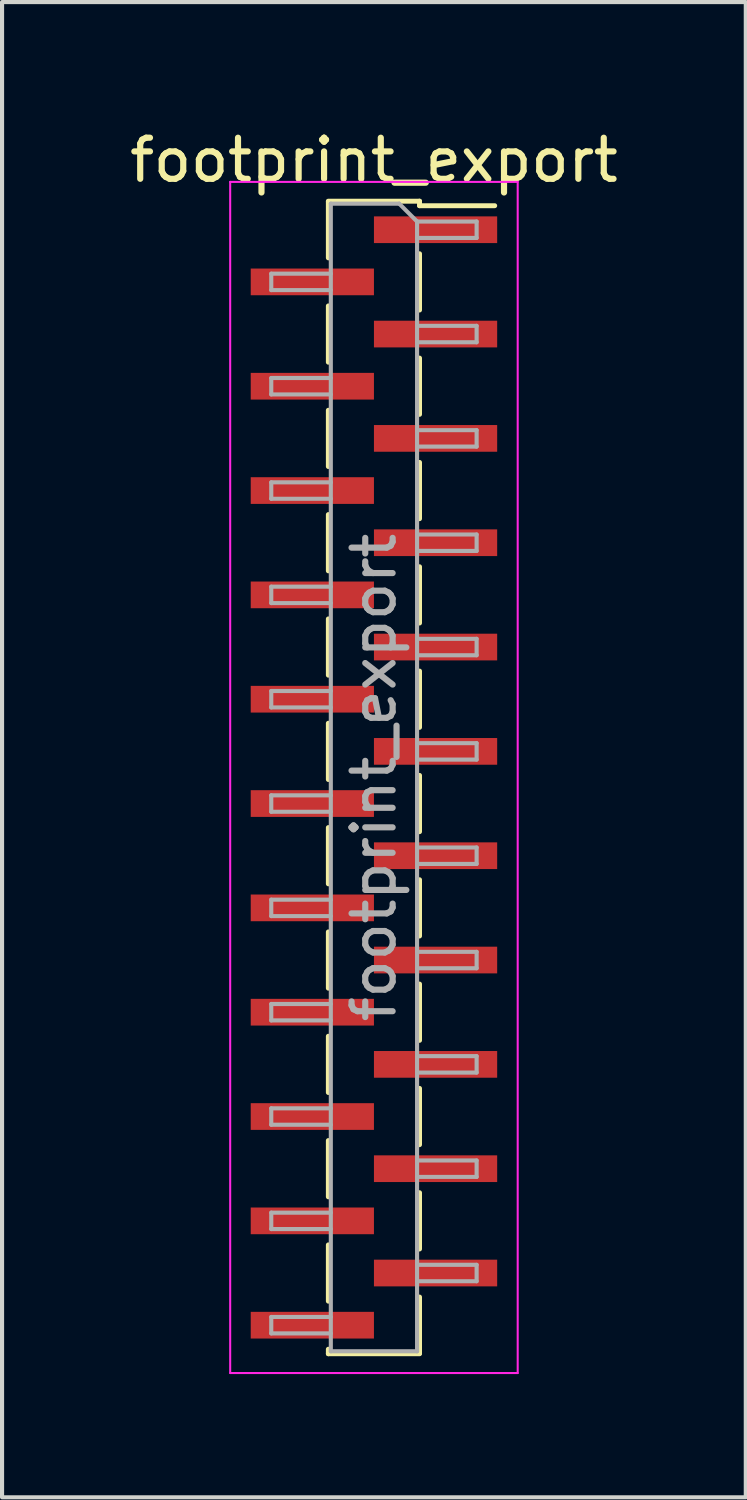
<source format=kicad_pcb>
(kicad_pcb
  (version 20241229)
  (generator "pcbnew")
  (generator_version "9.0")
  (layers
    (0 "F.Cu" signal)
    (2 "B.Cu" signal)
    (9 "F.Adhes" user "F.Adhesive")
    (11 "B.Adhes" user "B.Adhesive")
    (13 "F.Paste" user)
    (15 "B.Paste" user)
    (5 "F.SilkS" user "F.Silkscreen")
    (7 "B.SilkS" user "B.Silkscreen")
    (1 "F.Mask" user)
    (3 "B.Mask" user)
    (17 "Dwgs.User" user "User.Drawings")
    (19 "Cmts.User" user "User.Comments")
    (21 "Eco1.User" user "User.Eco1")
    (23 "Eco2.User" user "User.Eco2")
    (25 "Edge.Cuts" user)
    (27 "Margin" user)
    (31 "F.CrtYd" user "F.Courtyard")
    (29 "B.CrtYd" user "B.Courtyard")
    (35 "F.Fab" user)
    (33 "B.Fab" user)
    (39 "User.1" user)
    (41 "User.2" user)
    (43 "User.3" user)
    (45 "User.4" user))
  (footprint "footprint_export"
    (layer "F.Cu")
    (at 6.054 15.878)
    (property "Reference" "footprint_export" (at 0 -15.03 0) (layer "F.SilkS") (effects (font (size 1 1) (thickness 0.15))))
    (attr smd)
    (fp_line (start -1.11 -14.03) (end 1.11 -14.03) (stroke (width 0.12) (type solid)) (layer "F.SilkS"))
    (fp_line (start -1.11 -14.02) (end -1.11 -12.65) (stroke (width 0.12) (type solid)) (layer "F.SilkS"))
    (fp_line (start -1.11 -11.48) (end -1.11 -10.11) (stroke (width 0.12) (type solid)) (layer "F.SilkS"))
    (fp_line (start -1.11 -8.94) (end -1.11 -7.57) (stroke (width 0.12) (type solid)) (layer "F.SilkS"))
    (fp_line (start -1.11 -6.4) (end -1.11 -5.03) (stroke (width 0.12) (type solid)) (layer "F.SilkS"))
    (fp_line (start -1.11 -3.86) (end -1.11 -2.49) (stroke (width 0.12) (type solid)) (layer "F.SilkS"))
    (fp_line (start -1.11 -1.32) (end -1.11 0.05) (stroke (width 0.12) (type solid)) (layer "F.SilkS"))
    (fp_line (start -1.11 1.22) (end -1.11 2.59) (stroke (width 0.12) (type solid)) (layer "F.SilkS"))
    (fp_line (start -1.11 3.76) (end -1.11 5.13) (stroke (width 0.12) (type solid)) (layer "F.SilkS"))
    (fp_line (start -1.11 6.3) (end -1.11 7.67) (stroke (width 0.12) (type solid)) (layer "F.SilkS"))
    (fp_line (start -1.11 8.84) (end -1.11 10.21) (stroke (width 0.12) (type solid)) (layer "F.SilkS"))
    (fp_line (start -1.11 11.38) (end -1.11 12.75) (stroke (width 0.12) (type solid)) (layer "F.SilkS"))
    (fp_line (start -1.11 13.92) (end -1.11 14.03) (stroke (width 0.12) (type solid)) (layer "F.SilkS"))
    (fp_line (start -1.11 14.03) (end 1.11 14.03) (stroke (width 0.12) (type solid)) (layer "F.SilkS"))
    (fp_line (start 1.11 -14.03) (end 1.11 -13.92) (stroke (width 0.12) (type solid)) (layer "F.SilkS"))
    (fp_line (start 1.11 -13.92) (end 2.94 -13.92) (stroke (width 0.12) (type solid)) (layer "F.SilkS"))
    (fp_line (start 1.11 -12.75) (end 1.11 -11.38) (stroke (width 0.12) (type solid)) (layer "F.SilkS"))
    (fp_line (start 1.11 -10.21) (end 1.11 -8.84) (stroke (width 0.12) (type solid)) (layer "F.SilkS"))
    (fp_line (start 1.11 -7.67) (end 1.11 -6.3) (stroke (width 0.12) (type solid)) (layer "F.SilkS"))
    (fp_line (start 1.11 -5.13) (end 1.11 -3.76) (stroke (width 0.12) (type solid)) (layer "F.SilkS"))
    (fp_line (start 1.11 -2.59) (end 1.11 -1.22) (stroke (width 0.12) (type solid)) (layer "F.SilkS"))
    (fp_line (start 1.11 -0.05) (end 1.11 1.32) (stroke (width 0.12) (type solid)) (layer "F.SilkS"))
    (fp_line (start 1.11 2.49) (end 1.11 3.86) (stroke (width 0.12) (type solid)) (layer "F.SilkS"))
    (fp_line (start 1.11 5.03) (end 1.11 6.4) (stroke (width 0.12) (type solid)) (layer "F.SilkS"))
    (fp_line (start 1.11 7.57) (end 1.11 8.94) (stroke (width 0.12) (type solid)) (layer "F.SilkS"))
    (fp_line (start 1.11 10.11) (end 1.11 11.48) (stroke (width 0.12) (type solid)) (layer "F.SilkS"))
    (fp_line (start 1.11 12.65) (end 1.11 14.02) (stroke (width 0.12) (type solid)) (layer "F.SilkS"))
    (fp_line (start -3.5 -14.5) (end -3.5 14.5) (stroke (width 0.05) (type solid)) (layer "F.CrtYd"))
    (fp_line (start -3.5 14.5) (end 3.5 14.5) (stroke (width 0.05) (type solid)) (layer "F.CrtYd"))
    (fp_line (start 3.5 -14.5) (end -3.5 -14.5) (stroke (width 0.05) (type solid)) (layer "F.CrtYd"))
    (fp_line (start 3.5 14.5) (end 3.5 -14.5) (stroke (width 0.05) (type solid)) (layer "F.CrtYd"))
    (fp_line (start -2.5 -12.265) (end -2.5 -11.865) (stroke (width 0.1) (type solid)) (layer "F.Fab"))
    (fp_line (start -2.5 -11.865) (end -1.05 -11.865) (stroke (width 0.1) (type solid)) (layer "F.Fab"))
    (fp_line (start -2.5 -9.725) (end -2.5 -9.325) (stroke (width 0.1) (type solid)) (layer "F.Fab"))
    (fp_line (start -2.5 -9.325) (end -1.05 -9.325) (stroke (width 0.1) (type solid)) (layer "F.Fab"))
    (fp_line (start -2.5 -7.185) (end -2.5 -6.785) (stroke (width 0.1) (type solid)) (layer "F.Fab"))
    (fp_line (start -2.5 -6.785) (end -1.05 -6.785) (stroke (width 0.1) (type solid)) (layer "F.Fab"))
    (fp_line (start -2.5 -4.645) (end -2.5 -4.245) (stroke (width 0.1) (type solid)) (layer "F.Fab"))
    (fp_line (start -2.5 -4.245) (end -1.05 -4.245) (stroke (width 0.1) (type solid)) (layer "F.Fab"))
    (fp_line (start -2.5 -2.105) (end -2.5 -1.705) (stroke (width 0.1) (type solid)) (layer "F.Fab"))
    (fp_line (start -2.5 -1.705) (end -1.05 -1.705) (stroke (width 0.1) (type solid)) (layer "F.Fab"))
    (fp_line (start -2.5 0.435) (end -2.5 0.835) (stroke (width 0.1) (type solid)) (layer "F.Fab"))
    (fp_line (start -2.5 0.835) (end -1.05 0.835) (stroke (width 0.1) (type solid)) (layer "F.Fab"))
    (fp_line (start -2.5 2.975) (end -2.5 3.375) (stroke (width 0.1) (type solid)) (layer "F.Fab"))
    (fp_line (start -2.5 3.375) (end -1.05 3.375) (stroke (width 0.1) (type solid)) (layer "F.Fab"))
    (fp_line (start -2.5 5.515) (end -2.5 5.915) (stroke (width 0.1) (type solid)) (layer "F.Fab"))
    (fp_line (start -2.5 5.915) (end -1.05 5.915) (stroke (width 0.1) (type solid)) (layer "F.Fab"))
    (fp_line (start -2.5 8.055) (end -2.5 8.455) (stroke (width 0.1) (type solid)) (layer "F.Fab"))
    (fp_line (start -2.5 8.455) (end -1.05 8.455) (stroke (width 0.1) (type solid)) (layer "F.Fab"))
    (fp_line (start -2.5 10.595) (end -2.5 10.995) (stroke (width 0.1) (type solid)) (layer "F.Fab"))
    (fp_line (start -2.5 10.995) (end -1.05 10.995) (stroke (width 0.1) (type solid)) (layer "F.Fab"))
    (fp_line (start -2.5 13.135) (end -2.5 13.535) (stroke (width 0.1) (type solid)) (layer "F.Fab"))
    (fp_line (start -2.5 13.535) (end -1.05 13.535) (stroke (width 0.1) (type solid)) (layer "F.Fab"))
    (fp_line (start -1.05 -13.97) (end -1.05 13.97) (stroke (width 0.1) (type solid)) (layer "F.Fab"))
    (fp_line (start -1.05 -13.97) (end 0.615 -13.97) (stroke (width 0.1) (type solid)) (layer "F.Fab"))
    (fp_line (start -1.05 -12.265) (end -2.5 -12.265) (stroke (width 0.1) (type solid)) (layer "F.Fab"))
    (fp_line (start -1.05 -9.725) (end -2.5 -9.725) (stroke (width 0.1) (type solid)) (layer "F.Fab"))
    (fp_line (start -1.05 -7.185) (end -2.5 -7.185) (stroke (width 0.1) (type solid)) (layer "F.Fab"))
    (fp_line (start -1.05 -4.645) (end -2.5 -4.645) (stroke (width 0.1) (type solid)) (layer "F.Fab"))
    (fp_line (start -1.05 -2.105) (end -2.5 -2.105) (stroke (width 0.1) (type solid)) (layer "F.Fab"))
    (fp_line (start -1.05 0.435) (end -2.5 0.435) (stroke (width 0.1) (type solid)) (layer "F.Fab"))
    (fp_line (start -1.05 2.975) (end -2.5 2.975) (stroke (width 0.1) (type solid)) (layer "F.Fab"))
    (fp_line (start -1.05 5.515) (end -2.5 5.515) (stroke (width 0.1) (type solid)) (layer "F.Fab"))
    (fp_line (start -1.05 8.055) (end -2.5 8.055) (stroke (width 0.1) (type solid)) (layer "F.Fab"))
    (fp_line (start -1.05 10.595) (end -2.5 10.595) (stroke (width 0.1) (type solid)) (layer "F.Fab"))
    (fp_line (start -1.05 13.135) (end -2.5 13.135) (stroke (width 0.1) (type solid)) (layer "F.Fab"))
    (fp_line (start 1.05 -13.535) (end 0.615 -13.97) (stroke (width 0.1) (type solid)) (layer "F.Fab"))
    (fp_line (start 1.05 -13.535) (end 2.5 -13.535) (stroke (width 0.1) (type solid)) (layer "F.Fab"))
    (fp_line (start 1.05 -10.995) (end 2.5 -10.995) (stroke (width 0.1) (type solid)) (layer "F.Fab"))
    (fp_line (start 1.05 -8.455) (end 2.5 -8.455) (stroke (width 0.1) (type solid)) (layer "F.Fab"))
    (fp_line (start 1.05 -5.915) (end 2.5 -5.915) (stroke (width 0.1) (type solid)) (layer "F.Fab"))
    (fp_line (start 1.05 -3.375) (end 2.5 -3.375) (stroke (width 0.1) (type solid)) (layer "F.Fab"))
    (fp_line (start 1.05 -0.835) (end 2.5 -0.835) (stroke (width 0.1) (type solid)) (layer "F.Fab"))
    (fp_line (start 1.05 1.705) (end 2.5 1.705) (stroke (width 0.1) (type solid)) (layer "F.Fab"))
    (fp_line (start 1.05 4.245) (end 2.5 4.245) (stroke (width 0.1) (type solid)) (layer "F.Fab"))
    (fp_line (start 1.05 6.785) (end 2.5 6.785) (stroke (width 0.1) (type solid)) (layer "F.Fab"))
    (fp_line (start 1.05 9.325) (end 2.5 9.325) (stroke (width 0.1) (type solid)) (layer "F.Fab"))
    (fp_line (start 1.05 11.865) (end 2.5 11.865) (stroke (width 0.1) (type solid)) (layer "F.Fab"))
    (fp_line (start 1.05 13.97) (end -1.05 13.97) (stroke (width 0.1) (type solid)) (layer "F.Fab"))
    (fp_line (start 1.05 13.97) (end 1.05 -13.535) (stroke (width 0.1) (type solid)) (layer "F.Fab"))
    (fp_line (start 2.5 -13.535) (end 2.5 -13.135) (stroke (width 0.1) (type solid)) (layer "F.Fab"))
    (fp_line (start 2.5 -13.135) (end 1.05 -13.135) (stroke (width 0.1) (type solid)) (layer "F.Fab"))
    (fp_line (start 2.5 -10.995) (end 2.5 -10.595) (stroke (width 0.1) (type solid)) (layer "F.Fab"))
    (fp_line (start 2.5 -10.595) (end 1.05 -10.595) (stroke (width 0.1) (type solid)) (layer "F.Fab"))
    (fp_line (start 2.5 -8.455) (end 2.5 -8.055) (stroke (width 0.1) (type solid)) (layer "F.Fab"))
    (fp_line (start 2.5 -8.055) (end 1.05 -8.055) (stroke (width 0.1) (type solid)) (layer "F.Fab"))
    (fp_line (start 2.5 -5.915) (end 2.5 -5.515) (stroke (width 0.1) (type solid)) (layer "F.Fab"))
    (fp_line (start 2.5 -5.515) (end 1.05 -5.515) (stroke (width 0.1) (type solid)) (layer "F.Fab"))
    (fp_line (start 2.5 -3.375) (end 2.5 -2.975) (stroke (width 0.1) (type solid)) (layer "F.Fab"))
    (fp_line (start 2.5 -2.975) (end 1.05 -2.975) (stroke (width 0.1) (type solid)) (layer "F.Fab"))
    (fp_line (start 2.5 -0.835) (end 2.5 -0.435) (stroke (width 0.1) (type solid)) (layer "F.Fab"))
    (fp_line (start 2.5 -0.435) (end 1.05 -0.435) (stroke (width 0.1) (type solid)) (layer "F.Fab"))
    (fp_line (start 2.5 1.705) (end 2.5 2.105) (stroke (width 0.1) (type solid)) (layer "F.Fab"))
    (fp_line (start 2.5 2.105) (end 1.05 2.105) (stroke (width 0.1) (type solid)) (layer "F.Fab"))
    (fp_line (start 2.5 4.245) (end 2.5 4.645) (stroke (width 0.1) (type solid)) (layer "F.Fab"))
    (fp_line (start 2.5 4.645) (end 1.05 4.645) (stroke (width 0.1) (type solid)) (layer "F.Fab"))
    (fp_line (start 2.5 6.785) (end 2.5 7.185) (stroke (width 0.1) (type solid)) (layer "F.Fab"))
    (fp_line (start 2.5 7.185) (end 1.05 7.185) (stroke (width 0.1) (type solid)) (layer "F.Fab"))
    (fp_line (start 2.5 9.325) (end 2.5 9.725) (stroke (width 0.1) (type solid)) (layer "F.Fab"))
    (fp_line (start 2.5 9.725) (end 1.05 9.725) (stroke (width 0.1) (type solid)) (layer "F.Fab"))
    (fp_line (start 2.5 11.865) (end 2.5 12.265) (stroke (width 0.1) (type solid)) (layer "F.Fab"))
    (fp_line (start 2.5 12.265) (end 1.05 12.265) (stroke (width 0.1) (type solid)) (layer "F.Fab"))
    (fp_text user "${REFERENCE}" (at 0 0 90) (layer "F.Fab") (effects (font (size 1 1) (thickness 0.15))))
    (pad "1" smd rect (at 1.5 -13.335) (size 3 0.65) (layers "F.Cu" "F.Mask" "F.Paste"))
    (pad "2" smd rect (at -1.5 -12.065) (size 3 0.65) (layers "F.Cu" "F.Mask" "F.Paste"))
    (pad "3" smd rect (at 1.5 -10.795) (size 3 0.65) (layers "F.Cu" "F.Mask" "F.Paste"))
    (pad "4" smd rect (at -1.5 -9.525) (size 3 0.65) (layers "F.Cu" "F.Mask" "F.Paste"))
    (pad "5" smd rect (at 1.5 -8.255) (size 3 0.65) (layers "F.Cu" "F.Mask" "F.Paste"))
    (pad "6" smd rect (at -1.5 -6.985) (size 3 0.65) (layers "F.Cu" "F.Mask" "F.Paste"))
    (pad "7" smd rect (at 1.5 -5.715) (size 3 0.65) (layers "F.Cu" "F.Mask" "F.Paste"))
    (pad "8" smd rect (at -1.5 -4.445) (size 3 0.65) (layers "F.Cu" "F.Mask" "F.Paste"))
    (pad "9" smd rect (at 1.5 -3.175) (size 3 0.65) (layers "F.Cu" "F.Mask" "F.Paste"))
    (pad "10" smd rect (at -1.5 -1.905) (size 3 0.65) (layers "F.Cu" "F.Mask" "F.Paste"))
    (pad "11" smd rect (at 1.5 -0.635) (size 3 0.65) (layers "F.Cu" "F.Mask" "F.Paste"))
    (pad "12" smd rect (at -1.5 0.635) (size 3 0.65) (layers "F.Cu" "F.Mask" "F.Paste"))
    (pad "13" smd rect (at 1.5 1.905) (size 3 0.65) (layers "F.Cu" "F.Mask" "F.Paste"))
    (pad "14" smd rect (at -1.5 3.175) (size 3 0.65) (layers "F.Cu" "F.Mask" "F.Paste"))
    (pad "15" smd rect (at 1.5 4.445) (size 3 0.65) (layers "F.Cu" "F.Mask" "F.Paste"))
    (pad "16" smd rect (at -1.5 5.715) (size 3 0.65) (layers "F.Cu" "F.Mask" "F.Paste"))
    (pad "17" smd rect (at 1.5 6.985) (size 3 0.65) (layers "F.Cu" "F.Mask" "F.Paste"))
    (pad "18" smd rect (at -1.5 8.255) (size 3 0.65) (layers "F.Cu" "F.Mask" "F.Paste"))
    (pad "19" smd rect (at 1.5 9.525) (size 3 0.65) (layers "F.Cu" "F.Mask" "F.Paste"))
    (pad "20" smd rect (at -1.5 10.795) (size 3 0.65) (layers "F.Cu" "F.Mask" "F.Paste"))
    (pad "21" smd rect (at 1.5 12.065) (size 3 0.65) (layers "F.Cu" "F.Mask" "F.Paste"))
    (pad "22" smd rect (at -1.5 13.335) (size 3 0.65) (layers "F.Cu" "F.Mask" "F.Paste")))
  (gr_rect
    (start -3 -3)
    (end 15.107 33.403)
    (stroke (width 0.1) (type default))
    (fill no)
    (layer "Edge.Cuts")))
</source>
